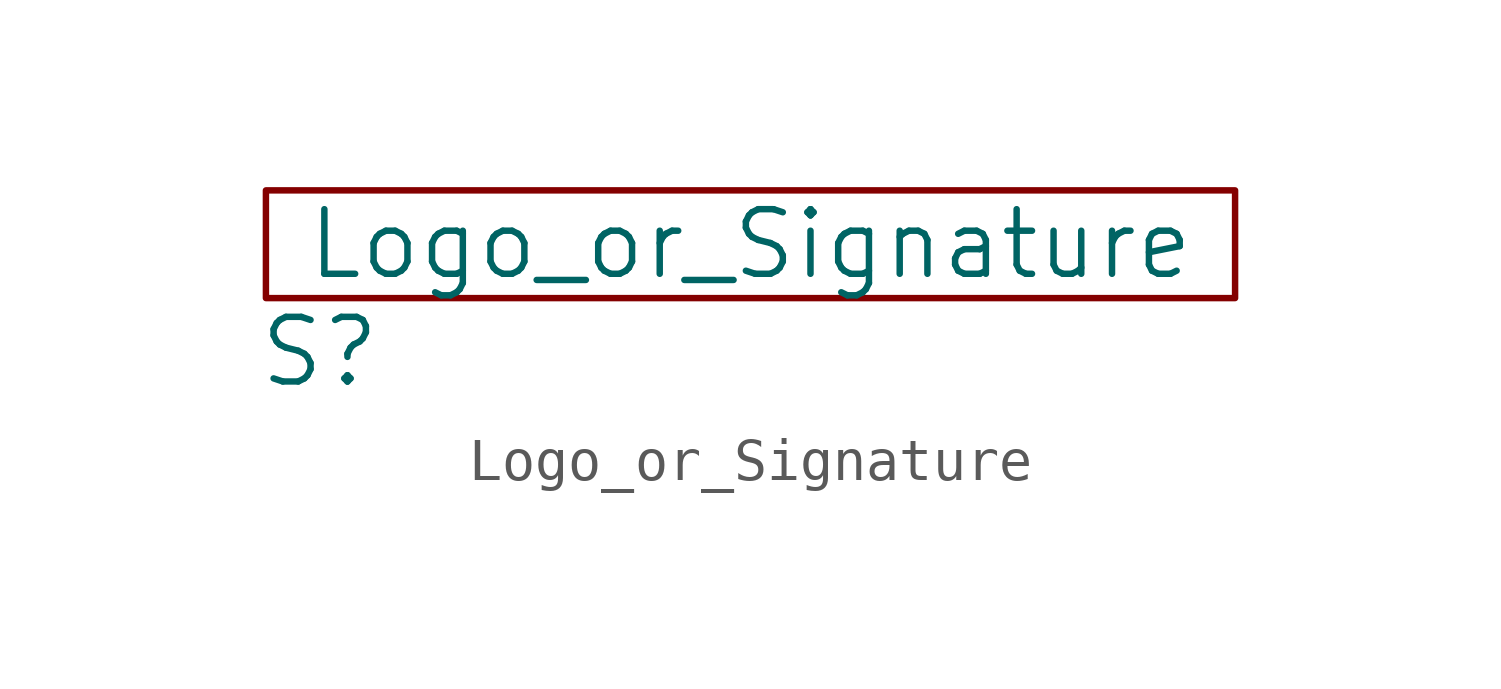
<source format=kicad_sym>
(kicad_symbol_lib
  (version 20211014)
  (generator kicad_symbol_editor)
  (symbol "Logo_or_Signature"
    (pin_names
      (offset 1.016))
    (property "Reference" "S"
      (at 1.27 -1.27 0)
      (effects (font (size 1.524 1.524))))
    (property "Value" "Logo_or_Signature"
      (at 11.43 1.27 0)
      (effects (font (size 1.524 1.524))))
    (symbol "Logo_or_Signature_0_1"
      (rectangle (start 0 0) (end 22.86 2.54) (stroke (width 0) (type default) (color 0 0 0 0)) (fill (type none))))))
</source>
